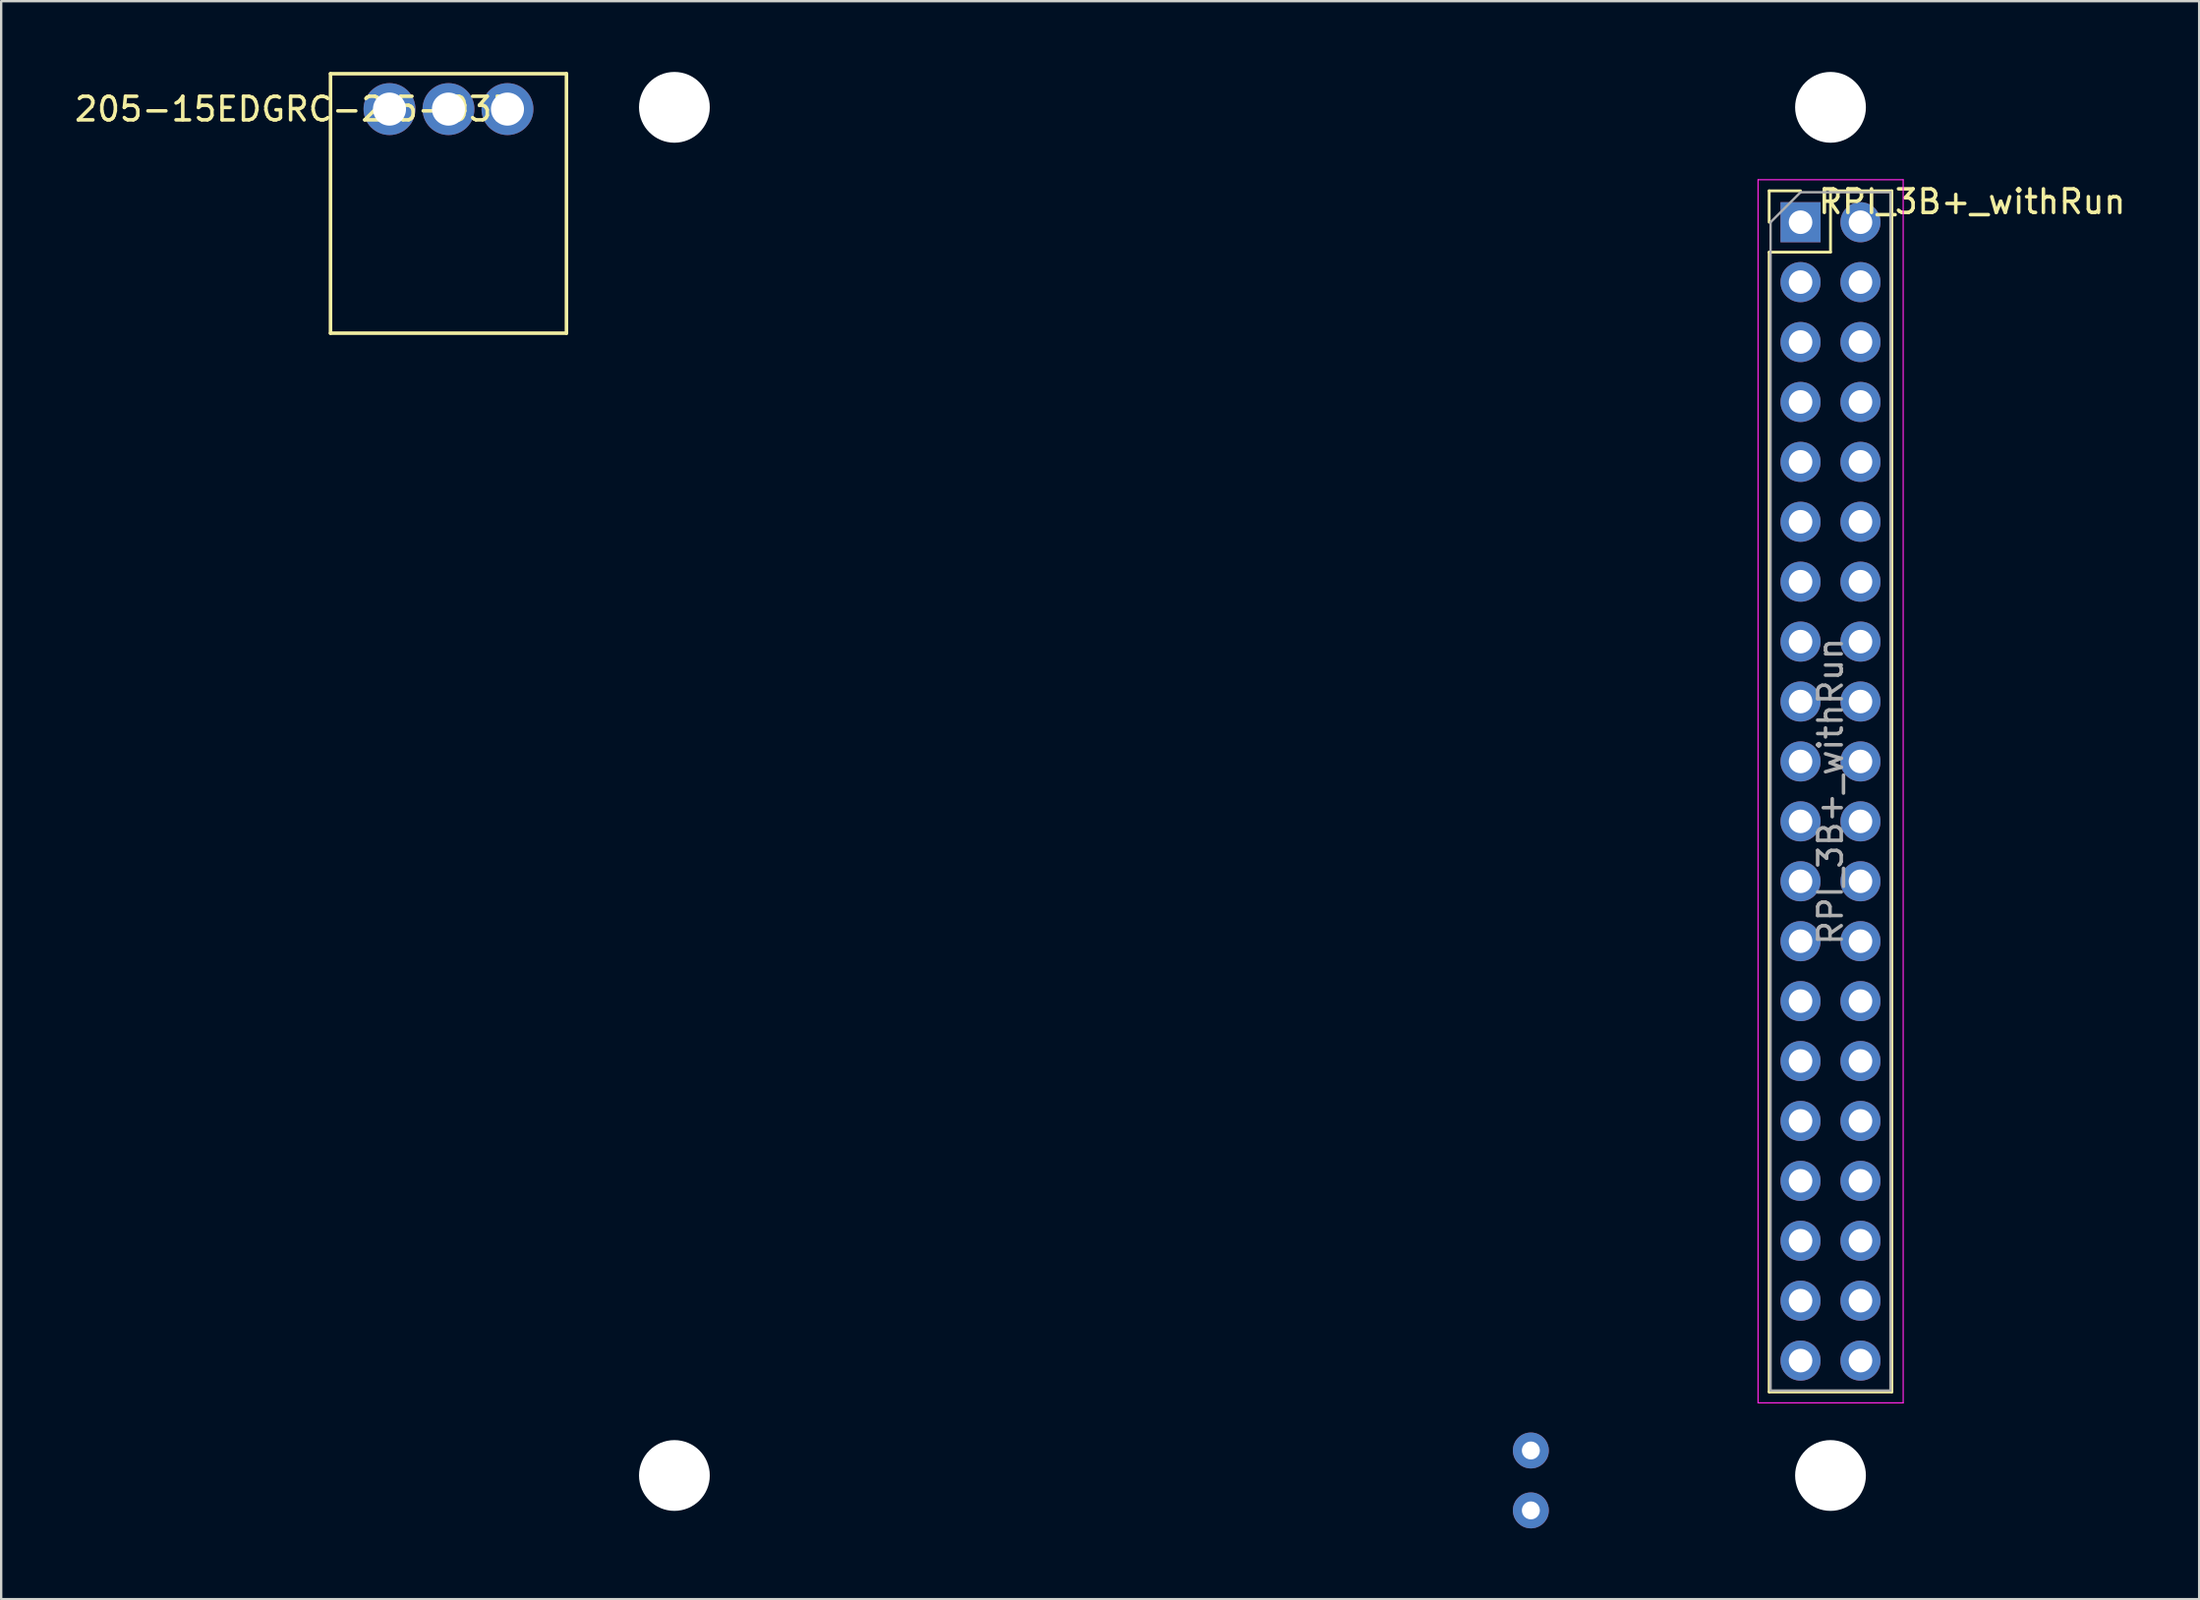
<source format=kicad_pcb>
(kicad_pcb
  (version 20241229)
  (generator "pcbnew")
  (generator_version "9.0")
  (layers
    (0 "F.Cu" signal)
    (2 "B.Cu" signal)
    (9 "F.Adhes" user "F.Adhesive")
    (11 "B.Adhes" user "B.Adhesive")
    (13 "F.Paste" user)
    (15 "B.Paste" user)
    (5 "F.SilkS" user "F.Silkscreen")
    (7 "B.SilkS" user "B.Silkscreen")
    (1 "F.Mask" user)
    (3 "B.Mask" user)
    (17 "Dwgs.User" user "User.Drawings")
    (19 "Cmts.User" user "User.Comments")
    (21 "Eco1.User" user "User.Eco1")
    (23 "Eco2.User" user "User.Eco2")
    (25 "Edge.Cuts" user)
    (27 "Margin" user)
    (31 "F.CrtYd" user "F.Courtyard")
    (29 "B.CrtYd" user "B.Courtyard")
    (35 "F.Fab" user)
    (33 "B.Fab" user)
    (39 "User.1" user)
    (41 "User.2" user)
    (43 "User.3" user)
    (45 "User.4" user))
  (footprint "205-15EDGRC-2.5-03P"
    (layer "F.Cu")
    (at 15.958 1.575)
    (property "Reference" "205-15EDGRC-2.5-03P" (at -6.5 0 0) (layer "F.SilkS") (effects (font (size 1 1) (thickness 0.15))))
    (attr through_hole)
    (fp_line (start -5 -1.5) (end -5 9.5) (stroke (width 0.15) (type solid)) (layer "F.SilkS"))
    (fp_line (start -5 9.5) (end 5 9.5) (stroke (width 0.15) (type solid)) (layer "F.SilkS"))
    (fp_line (start 5 -1.5) (end -5 -1.5) (stroke (width 0.15) (type solid)) (layer "F.SilkS"))
    (fp_line (start 5 9.5) (end 5 -1.5) (stroke (width 0.15) (type solid)) (layer "F.SilkS"))
    (pad "1" thru_hole circle (at -2.5 0) (size 2.2 2.2) (drill 1.4) (layers "*.Cu" "*.Mask"))
    (pad "2" thru_hole circle (at 0 0) (size 2.2 2.2) (drill 1.4) (layers "*.Cu" "*.Mask"))
    (pad "3" thru_hole circle (at 2.5 0) (size 2.2 2.2) (drill 1.4) (layers "*.Cu" "*.Mask")))
  (footprint "RPI_3B+_withRun"
    (layer "F.Cu")
    (at 73.263 6.37)
    (property "Reference" "RPI_3B+_withRun" (at 7.27 -0.87 0) (layer "F.SilkS") (effects (font (size 1 1) (thickness 0.15))))
    (attr through_hole)
    (fp_line (start -1.33 -1.33) (end 0 -1.33) (stroke (width 0.12) (type solid)) (layer "F.SilkS"))
    (fp_line (start -1.33 0) (end -1.33 -1.33) (stroke (width 0.12) (type solid)) (layer "F.SilkS"))
    (fp_line (start -1.33 1.27) (end -1.33 49.59) (stroke (width 0.12) (type solid)) (layer "F.SilkS"))
    (fp_line (start -1.33 1.27) (end 1.27 1.27) (stroke (width 0.12) (type solid)) (layer "F.SilkS"))
    (fp_line (start -1.33 49.59) (end 3.87 49.59) (stroke (width 0.12) (type solid)) (layer "F.SilkS"))
    (fp_line (start 1.27 -1.33) (end 3.87 -1.33) (stroke (width 0.12) (type solid)) (layer "F.SilkS"))
    (fp_line (start 1.27 1.27) (end 1.27 -1.33) (stroke (width 0.12) (type solid)) (layer "F.SilkS"))
    (fp_line (start 3.87 -1.33) (end 3.87 49.59) (stroke (width 0.12) (type solid)) (layer "F.SilkS"))
    (fp_line (start -1.8 -1.8) (end -1.8 50.05) (stroke (width 0.05) (type solid)) (layer "F.CrtYd"))
    (fp_line (start -1.8 50.05) (end 4.35 50.05) (stroke (width 0.05) (type solid)) (layer "F.CrtYd"))
    (fp_line (start 4.35 -1.8) (end -1.8 -1.8) (stroke (width 0.05) (type solid)) (layer "F.CrtYd"))
    (fp_line (start 4.35 50.05) (end 4.35 -1.8) (stroke (width 0.05) (type solid)) (layer "F.CrtYd"))
    (fp_line (start -1.27 0) (end 0 -1.27) (stroke (width 0.1) (type solid)) (layer "F.Fab"))
    (fp_line (start -1.27 49.53) (end -1.27 0) (stroke (width 0.1) (type solid)) (layer "F.Fab"))
    (fp_line (start 0 -1.27) (end 3.81 -1.27) (stroke (width 0.1) (type solid)) (layer "F.Fab"))
    (fp_line (start 3.81 -1.27) (end 3.81 49.53) (stroke (width 0.1) (type solid)) (layer "F.Fab"))
    (fp_line (start 3.81 49.53) (end -1.27 49.53) (stroke (width 0.1) (type solid)) (layer "F.Fab"))
    (fp_text user "${REFERENCE}" (at 1.27 24.13 90) (layer "F.Fab") (effects (font (size 1 1) (thickness 0.15))))
    (pad "" np_thru_hole circle (at -47.73 -4.87) (size 3 3) (drill 3) (layers "*.Cu" "*.Mask"))
    (pad "" np_thru_hole circle (at -47.73 53.13) (size 3 3) (drill 3) (layers "*.Cu" "*.Mask"))
    (pad "" np_thru_hole circle (at 1.27 -4.87) (size 3 3) (drill 3) (layers "*.Cu" "*.Mask"))
    (pad "" np_thru_hole circle (at 1.27 53.13) (size 3 3) (drill 3) (layers "*.Cu" "*.Mask"))
    (pad "1" thru_hole rect (at 0 0) (size 1.7 1.7) (drill 1) (layers "*.Cu" "*.Mask"))
    (pad "2" thru_hole oval (at 2.54 0) (size 1.7 1.7) (drill 1) (layers "*.Cu" "*.Mask"))
    (pad "3" thru_hole oval (at 0 2.54) (size 1.7 1.7) (drill 1) (layers "*.Cu" "*.Mask"))
    (pad "4" thru_hole oval (at 2.54 2.54) (size 1.7 1.7) (drill 1) (layers "*.Cu" "*.Mask"))
    (pad "5" thru_hole oval (at 0 5.08) (size 1.7 1.7) (drill 1) (layers "*.Cu" "*.Mask"))
    (pad "6" thru_hole oval (at 2.54 5.08) (size 1.7 1.7) (drill 1) (layers "*.Cu" "*.Mask"))
    (pad "7" thru_hole oval (at 0 7.62) (size 1.7 1.7) (drill 1) (layers "*.Cu" "*.Mask"))
    (pad "8" thru_hole oval (at 2.54 7.62) (size 1.7 1.7) (drill 1) (layers "*.Cu" "*.Mask"))
    (pad "9" thru_hole oval (at 0 10.16) (size 1.7 1.7) (drill 1) (layers "*.Cu" "*.Mask"))
    (pad "10" thru_hole oval (at 2.54 10.16) (size 1.7 1.7) (drill 1) (layers "*.Cu" "*.Mask"))
    (pad "11" thru_hole oval (at 0 12.7) (size 1.7 1.7) (drill 1) (layers "*.Cu" "*.Mask"))
    (pad "12" thru_hole oval (at 2.54 12.7) (size 1.7 1.7) (drill 1) (layers "*.Cu" "*.Mask"))
    (pad "13" thru_hole oval (at 0 15.24) (size 1.7 1.7) (drill 1) (layers "*.Cu" "*.Mask"))
    (pad "14" thru_hole oval (at 2.54 15.24) (size 1.7 1.7) (drill 1) (layers "*.Cu" "*.Mask"))
    (pad "15" thru_hole oval (at 0 17.78) (size 1.7 1.7) (drill 1) (layers "*.Cu" "*.Mask"))
    (pad "16" thru_hole oval (at 2.54 17.78) (size 1.7 1.7) (drill 1) (layers "*.Cu" "*.Mask"))
    (pad "17" thru_hole oval (at 0 20.32) (size 1.7 1.7) (drill 1) (layers "*.Cu" "*.Mask"))
    (pad "18" thru_hole oval (at 2.54 20.32) (size 1.7 1.7) (drill 1) (layers "*.Cu" "*.Mask"))
    (pad "19" thru_hole oval (at 0 22.86) (size 1.7 1.7) (drill 1) (layers "*.Cu" "*.Mask"))
    (pad "20" thru_hole oval (at 2.54 22.86) (size 1.7 1.7) (drill 1) (layers "*.Cu" "*.Mask"))
    (pad "21" thru_hole oval (at 0 25.4) (size 1.7 1.7) (drill 1) (layers "*.Cu" "*.Mask"))
    (pad "22" thru_hole oval (at 2.54 25.4) (size 1.7 1.7) (drill 1) (layers "*.Cu" "*.Mask"))
    (pad "23" thru_hole oval (at 0 27.94) (size 1.7 1.7) (drill 1) (layers "*.Cu" "*.Mask"))
    (pad "24" thru_hole oval (at 2.54 27.94) (size 1.7 1.7) (drill 1) (layers "*.Cu" "*.Mask"))
    (pad "25" thru_hole oval (at 0 30.48) (size 1.7 1.7) (drill 1) (layers "*.Cu" "*.Mask"))
    (pad "26" thru_hole oval (at 2.54 30.48) (size 1.7 1.7) (drill 1) (layers "*.Cu" "*.Mask"))
    (pad "27" thru_hole oval (at 0 33.02) (size 1.7 1.7) (drill 1) (layers "*.Cu" "*.Mask"))
    (pad "28" thru_hole oval (at 2.54 33.02) (size 1.7 1.7) (drill 1) (layers "*.Cu" "*.Mask"))
    (pad "29" thru_hole oval (at 0 35.56) (size 1.7 1.7) (drill 1) (layers "*.Cu" "*.Mask"))
    (pad "30" thru_hole oval (at 2.54 35.56) (size 1.7 1.7) (drill 1) (layers "*.Cu" "*.Mask"))
    (pad "31" thru_hole oval (at 0 38.1) (size 1.7 1.7) (drill 1) (layers "*.Cu" "*.Mask"))
    (pad "32" thru_hole oval (at 2.54 38.1) (size 1.7 1.7) (drill 1) (layers "*.Cu" "*.Mask"))
    (pad "33" thru_hole oval (at 0 40.64) (size 1.7 1.7) (drill 1) (layers "*.Cu" "*.Mask"))
    (pad "34" thru_hole oval (at 2.54 40.64) (size 1.7 1.7) (drill 1) (layers "*.Cu" "*.Mask"))
    (pad "35" thru_hole oval (at 0 43.18) (size 1.7 1.7) (drill 1) (layers "*.Cu" "*.Mask"))
    (pad "36" thru_hole oval (at 2.54 43.18) (size 1.7 1.7) (drill 1) (layers "*.Cu" "*.Mask"))
    (pad "37" thru_hole oval (at 0 45.72) (size 1.7 1.7) (drill 1) (layers "*.Cu" "*.Mask"))
    (pad "38" thru_hole oval (at 2.54 45.72) (size 1.7 1.7) (drill 1) (layers "*.Cu" "*.Mask"))
    (pad "39" thru_hole oval (at 0 48.26) (size 1.7 1.7) (drill 1) (layers "*.Cu" "*.Mask"))
    (pad "40" thru_hole oval (at 2.54 48.26) (size 1.7 1.7) (drill 1) (layers "*.Cu" "*.Mask"))
    (pad "41" thru_hole circle (at -11.43 54.61) (size 1.524 1.524) (drill 0.762) (layers "*.Cu" "*.Mask"))
    (pad "42" thru_hole circle (at -11.43 52.07) (size 1.524 1.524) (drill 0.762) (layers "*.Cu" "*.Mask")))
  (gr_rect
    (start -3 -3)
    (end 90.158 64.742)
    (stroke (width 0.1) (type default))
    (fill no)
    (layer "Edge.Cuts")))
</source>
